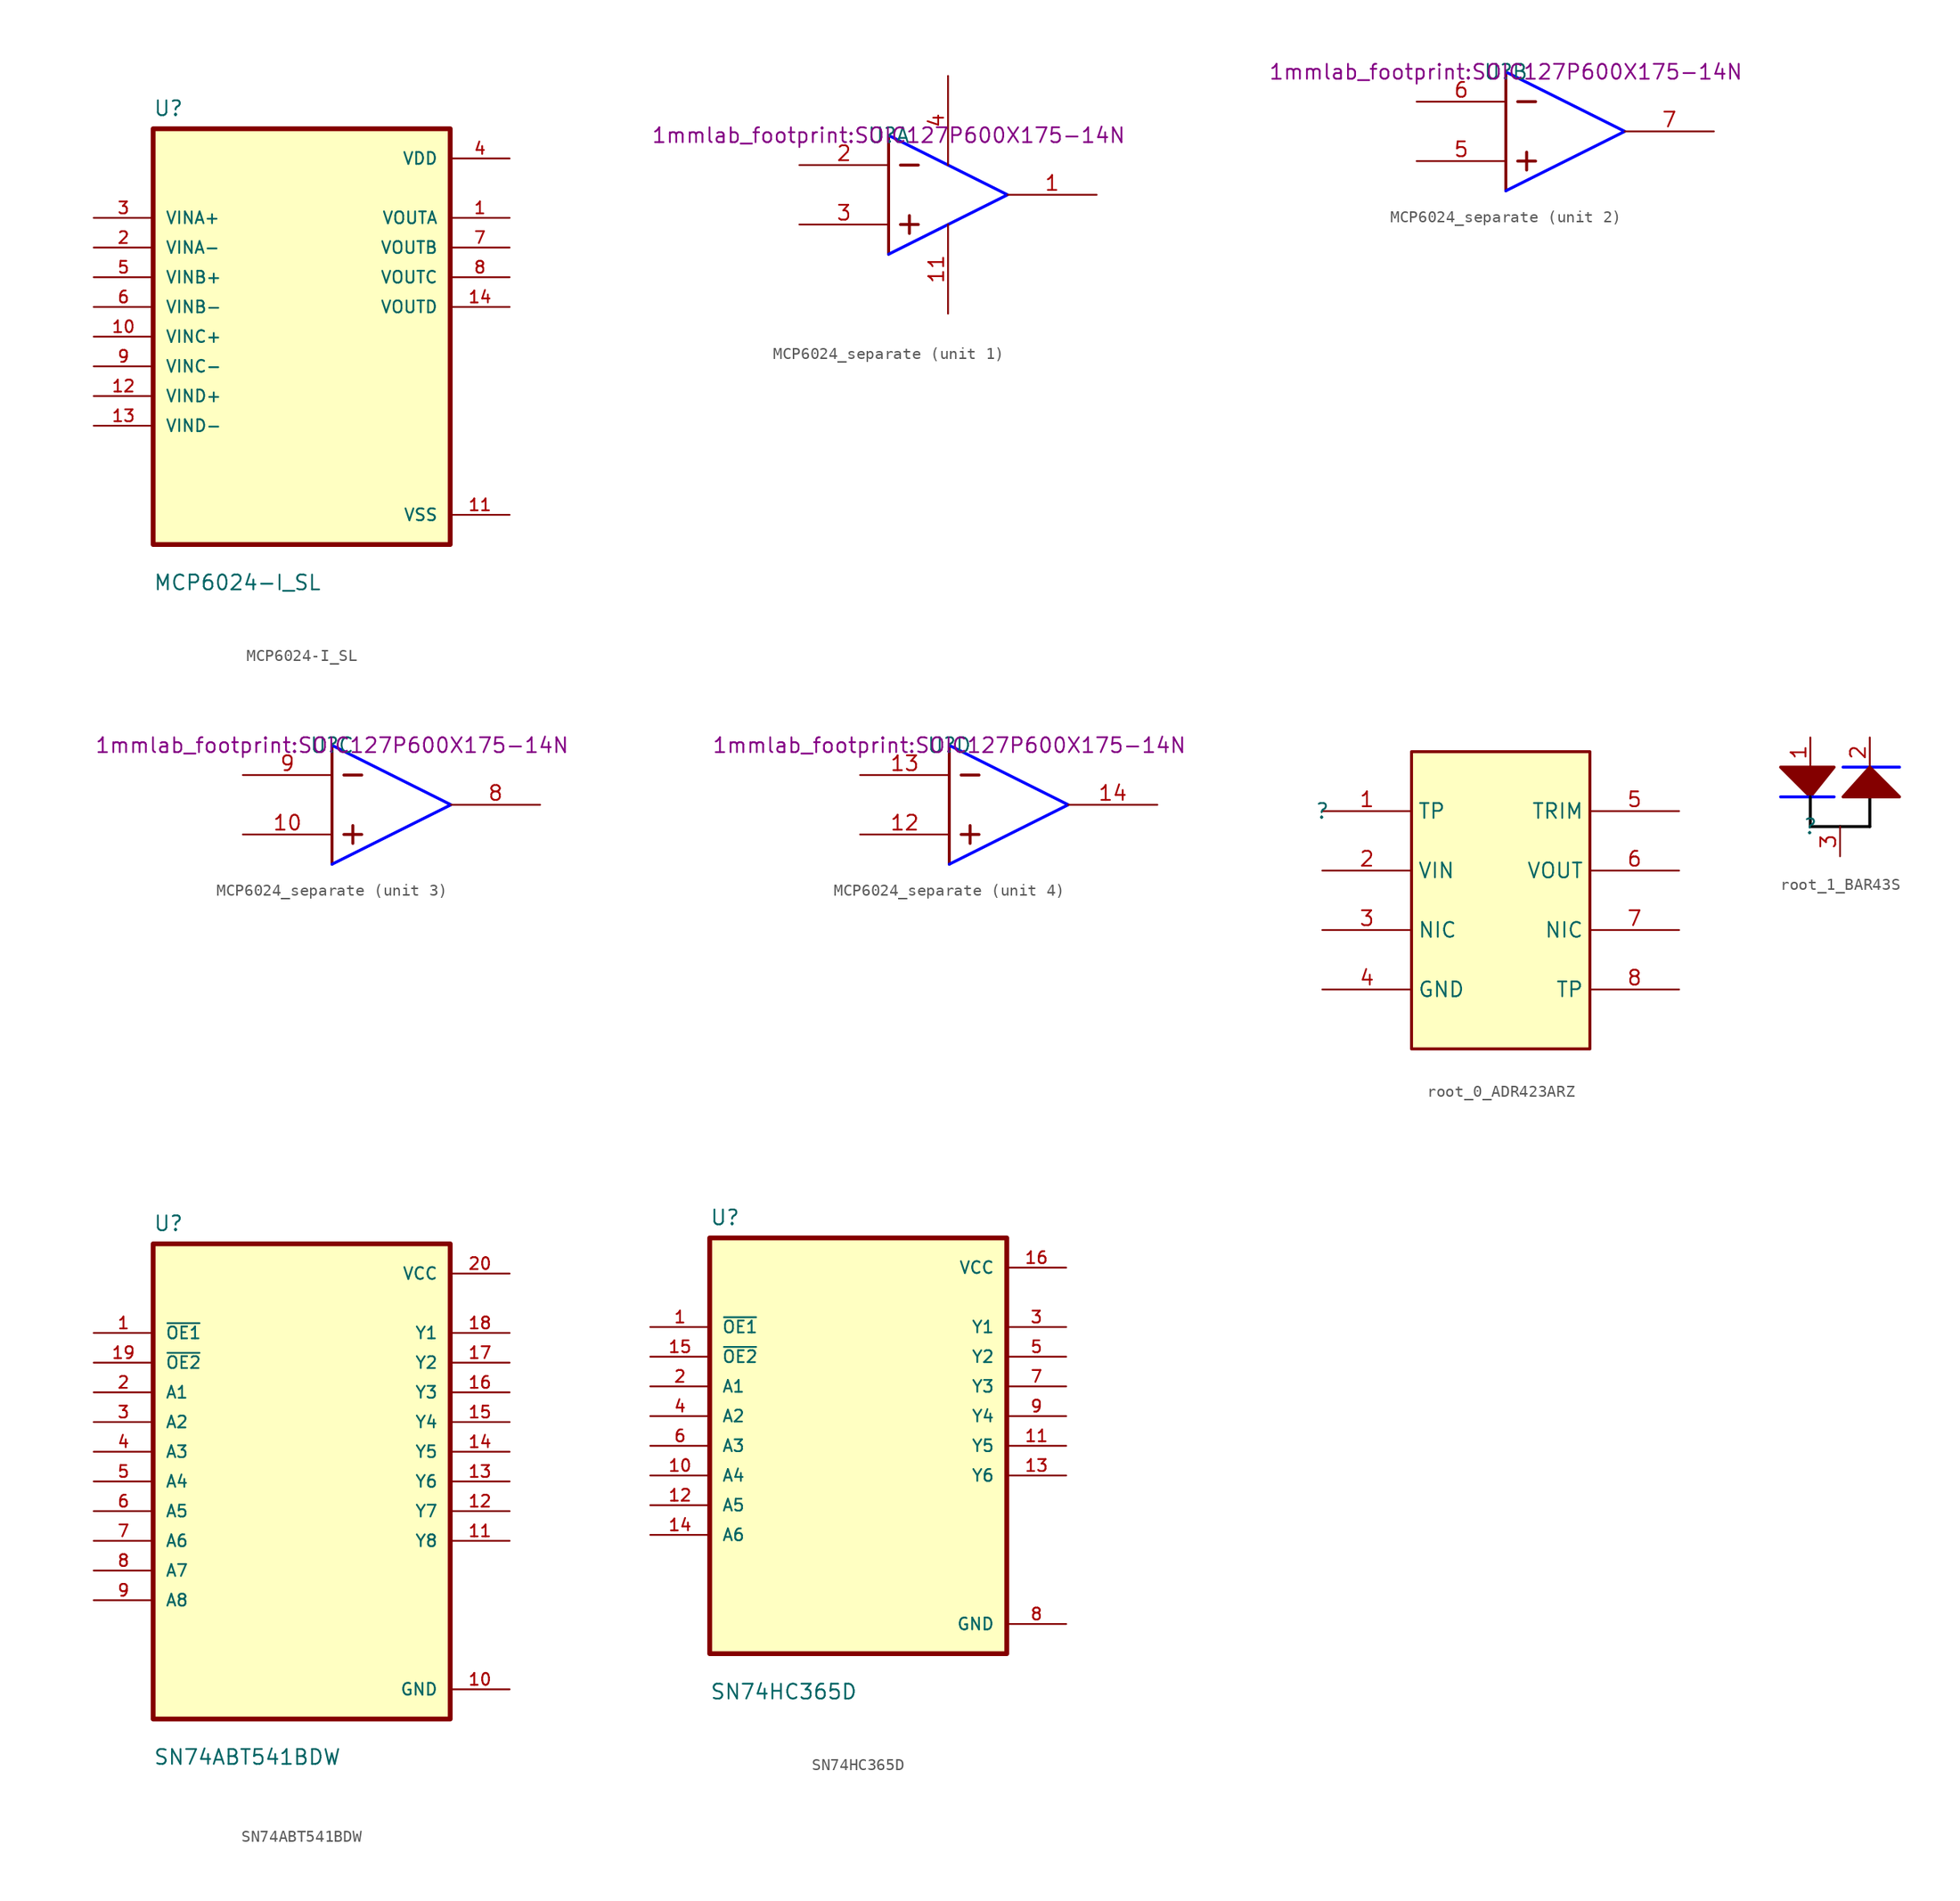
<source format=kicad_sym>
(kicad_symbol_lib
  (version 20220914)
  (generator kicad_symbol_editor)
  (symbol "MCP6024-I_SL"
    (pin_names
      (offset 1.016))
    (property "Reference" "U"
      (at -12.7 18.78 0)
      (effects (font (size 1.27 1.27)) (justify left bottom)))
    (property "Value" "MCP6024-I_SL"
      (at -12.7 -21.78 0)
      (effects (font (size 1.27 1.27)) (justify left bottom)))
    (symbol "MCP6024-I_SL_0_0"
      (rectangle (start -12.7 17.78) (end 12.7 -17.78) (stroke (width 0.41) (type default)) (fill (type background)))
      (pin output line (at 17.78 10.16 180) (length 5.08) (name "VOUTA" (effects (font (size 1.016 1.016)))) (number "1" (effects (font (size 1.016 1.016)))))
      (pin input line (at -17.78 0 0) (length 5.08) (name "VINC+" (effects (font (size 1.016 1.016)))) (number "10" (effects (font (size 1.016 1.016)))))
      (pin power_in line (at 17.78 -15.24 180) (length 5.08) (name "VSS" (effects (font (size 1.016 1.016)))) (number "11" (effects (font (size 1.016 1.016)))))
      (pin input line (at -17.78 -5.08 0) (length 5.08) (name "VIND+" (effects (font (size 1.016 1.016)))) (number "12" (effects (font (size 1.016 1.016)))))
      (pin input line (at -17.78 -7.62 0) (length 5.08) (name "VIND-" (effects (font (size 1.016 1.016)))) (number "13" (effects (font (size 1.016 1.016)))))
      (pin output line (at 17.78 2.54 180) (length 5.08) (name "VOUTD" (effects (font (size 1.016 1.016)))) (number "14" (effects (font (size 1.016 1.016)))))
      (pin input line (at -17.78 7.62 0) (length 5.08) (name "VINA-" (effects (font (size 1.016 1.016)))) (number "2" (effects (font (size 1.016 1.016)))))
      (pin input line (at -17.78 10.16 0) (length 5.08) (name "VINA+" (effects (font (size 1.016 1.016)))) (number "3" (effects (font (size 1.016 1.016)))))
      (pin power_in line (at 17.78 15.24 180) (length 5.08) (name "VDD" (effects (font (size 1.016 1.016)))) (number "4" (effects (font (size 1.016 1.016)))))
      (pin input line (at -17.78 5.08 0) (length 5.08) (name "VINB+" (effects (font (size 1.016 1.016)))) (number "5" (effects (font (size 1.016 1.016)))))
      (pin input line (at -17.78 2.54 0) (length 5.08) (name "VINB-" (effects (font (size 1.016 1.016)))) (number "6" (effects (font (size 1.016 1.016)))))
      (pin output line (at 17.78 7.62 180) (length 5.08) (name "VOUTB" (effects (font (size 1.016 1.016)))) (number "7" (effects (font (size 1.016 1.016)))))
      (pin output line (at 17.78 5.08 180) (length 5.08) (name "VOUTC" (effects (font (size 1.016 1.016)))) (number "8" (effects (font (size 1.016 1.016)))))
      (pin input line (at -17.78 -2.54 0) (length 5.08) (name "VINC-" (effects (font (size 1.016 1.016)))) (number "9" (effects (font (size 1.016 1.016)))))))
  (symbol "MCP6024_separate"
    (property "Reference" "U"
      (at 0 0 0)
      (effects (font (size 1.27 1.27))))
    (property "Value" ""
      (at 0 0 0)
      (effects (font (size 1.27 1.27))))
    (property "Footprint" "1mmlab_footprint:SOIC127P600X175-14N"
      (at 0 0 0)
      (effects (font (size 1.27 1.27))))
    (symbol "MCP6024_separate_1_0"
      (polyline (pts (xy 0 0) (xy 0 -10.16)) (stroke (width 0.254) (type solid)) (fill (type none)))
      (polyline (pts (xy 1.016 -7.62) (xy 2.54 -7.62)) (stroke (width 0.254) (type solid)) (fill (type none)))
      (polyline (pts (xy 1.016 -2.54) (xy 2.54 -2.54)) (stroke (width 0.254) (type solid)) (fill (type none)))
      (polyline (pts (xy 1.778 -6.858) (xy 1.778 -8.382)) (stroke (width 0.254) (type solid)) (fill (type none)))
      (polyline (pts (xy 0 0) (xy 10.16 -5.08) (xy 0 -10.16)) (stroke (width 0.254) (type solid) (color 0 0 255 1)) (fill (type none)))
      (pin passive line (at 17.78 -5.08 180) (length 7.62) (name "" (effects (font (size 0 0)))) (number "1" (effects (font (size 1.27 1.27)))))
      (pin passive line (at 5.08 -15.24 90) (length 7.62) (name "" (effects (font (size 1.27 1.27)))) (number "11" (effects (font (size 1.27 1.27)))))
      (pin passive line (at -7.62 -2.54 0) (length 7.62) (name "" (effects (font (size 0 0)))) (number "2" (effects (font (size 1.27 1.27)))))
      (pin passive line (at -7.62 -7.62 0) (length 7.62) (name "" (effects (font (size 0 0)))) (number "3" (effects (font (size 1.27 1.27)))))
      (pin passive line (at 5.08 5.08 270) (length 7.62) (name "" (effects (font (size 1.27 1.27)))) (number "4" (effects (font (size 1.27 1.27))))))
    (symbol "MCP6024_separate_2_0"
      (polyline (pts (xy 0 0) (xy 0 -10.16)) (stroke (width 0.254) (type solid)) (fill (type none)))
      (polyline (pts (xy 1.016 -7.62) (xy 2.54 -7.62)) (stroke (width 0.254) (type solid)) (fill (type none)))
      (polyline (pts (xy 1.016 -2.54) (xy 2.54 -2.54)) (stroke (width 0.254) (type solid)) (fill (type none)))
      (polyline (pts (xy 1.778 -6.858) (xy 1.778 -8.382)) (stroke (width 0.254) (type solid)) (fill (type none)))
      (polyline (pts (xy 0 0) (xy 10.16 -5.08) (xy 0 -10.16)) (stroke (width 0.254) (type solid) (color 0 0 255 1)) (fill (type none)))
      (pin passive line (at -7.62 -7.62 0) (length 7.62) (name "" (effects (font (size 0 0)))) (number "5" (effects (font (size 1.27 1.27)))))
      (pin passive line (at -7.62 -2.54 0) (length 7.62) (name "" (effects (font (size 0 0)))) (number "6" (effects (font (size 1.27 1.27)))))
      (pin passive line (at 17.78 -5.08 180) (length 7.62) (name "" (effects (font (size 0 0)))) (number "7" (effects (font (size 1.27 1.27))))))
    (symbol "MCP6024_separate_3_0"
      (polyline (pts (xy 0 0) (xy 0 -10.16)) (stroke (width 0.254) (type solid)) (fill (type none)))
      (polyline (pts (xy 1.016 -7.62) (xy 2.54 -7.62)) (stroke (width 0.254) (type solid)) (fill (type none)))
      (polyline (pts (xy 1.016 -2.54) (xy 2.54 -2.54)) (stroke (width 0.254) (type solid)) (fill (type none)))
      (polyline (pts (xy 1.778 -6.858) (xy 1.778 -8.382)) (stroke (width 0.254) (type solid)) (fill (type none)))
      (polyline (pts (xy 0 0) (xy 10.16 -5.08) (xy 0 -10.16)) (stroke (width 0.254) (type solid) (color 0 0 255 1)) (fill (type none)))
      (pin passive line (at -7.62 -7.62 0) (length 7.62) (name "" (effects (font (size 0 0)))) (number "10" (effects (font (size 1.27 1.27)))))
      (pin passive line (at 17.78 -5.08 180) (length 7.62) (name "" (effects (font (size 0 0)))) (number "8" (effects (font (size 1.27 1.27)))))
      (pin passive line (at -7.62 -2.54 0) (length 7.62) (name "" (effects (font (size 0 0)))) (number "9" (effects (font (size 1.27 1.27))))))
    (symbol "MCP6024_separate_4_0"
      (polyline (pts (xy 0 0) (xy 0 -10.16)) (stroke (width 0.254) (type solid)) (fill (type none)))
      (polyline (pts (xy 1.016 -7.62) (xy 2.54 -7.62)) (stroke (width 0.254) (type solid)) (fill (type none)))
      (polyline (pts (xy 1.016 -2.54) (xy 2.54 -2.54)) (stroke (width 0.254) (type solid)) (fill (type none)))
      (polyline (pts (xy 1.778 -6.858) (xy 1.778 -8.382)) (stroke (width 0.254) (type solid)) (fill (type none)))
      (polyline (pts (xy 0 0) (xy 10.16 -5.08) (xy 0 -10.16)) (stroke (width 0.254) (type solid) (color 0 0 255 1)) (fill (type none)))
      (pin passive line (at -7.62 -7.62 0) (length 7.62) (name "" (effects (font (size 0 0)))) (number "12" (effects (font (size 1.27 1.27)))))
      (pin passive line (at -7.62 -2.54 0) (length 7.62) (name "" (effects (font (size 0 0)))) (number "13" (effects (font (size 1.27 1.27)))))
      (pin passive line (at 17.78 -5.08 180) (length 7.62) (name "" (effects (font (size 0 0)))) (number "14" (effects (font (size 1.27 1.27)))))))
  (symbol "root_0_ADR423ARZ"
    (property "Reference" ""
      (at 0 0 0)
      (effects (font (size 1.27 1.27))))
    (property "Value" ""
      (at 0 0 0)
      (effects (font (size 1.27 1.27))))
    (symbol "root_0_ADR423ARZ_1_0"
      (rectangle (start 22.86 5.08) (end 7.62 -20.32) (stroke (width 0.254) (type solid)) (fill (type background)))
      (pin passive line (at 0 0 0) (length 7.62) (name "TP" (effects (font (size 1.27 1.27)))) (number "1" (effects (font (size 1.27 1.27)))))
      (pin passive line (at 0 -5.08 0) (length 7.62) (name "VIN" (effects (font (size 1.27 1.27)))) (number "2" (effects (font (size 1.27 1.27)))))
      (pin passive line (at 0 -10.16 0) (length 7.62) (name "NIC" (effects (font (size 1.27 1.27)))) (number "3" (effects (font (size 1.27 1.27)))))
      (pin passive line (at 0 -15.24 0) (length 7.62) (name "GND" (effects (font (size 1.27 1.27)))) (number "4" (effects (font (size 1.27 1.27)))))
      (pin passive line (at 30.48 0 180) (length 7.62) (name "TRIM" (effects (font (size 1.27 1.27)))) (number "5" (effects (font (size 1.27 1.27)))))
      (pin passive line (at 30.48 -5.08 180) (length 7.62) (name "VOUT" (effects (font (size 1.27 1.27)))) (number "6" (effects (font (size 1.27 1.27)))))
      (pin passive line (at 30.48 -10.16 180) (length 7.62) (name "NIC" (effects (font (size 1.27 1.27)))) (number "7" (effects (font (size 1.27 1.27)))))
      (pin passive line (at 30.48 -15.24 180) (length 7.62) (name "TP" (effects (font (size 1.27 1.27)))) (number "8" (effects (font (size 1.27 1.27)))))))
  (symbol "root_1_BAR43S"
    (property "Reference" ""
      (at 0 0 0)
      (effects (font (size 1.27 1.27))))
    (property "Value" ""
      (at 0 0 0)
      (effects (font (size 1.27 1.27))))
    (symbol "root_1_BAR43S_1_0"
      (polyline (pts (xy 2.032 2.54) (xy -2.54 2.54)) (stroke (width 0.254) (type solid) (color 0 0 255 1)) (fill (type none)))
      (polyline (pts (xy 2.54 0) (xy 5.08 0)) (stroke (width 0.254) (type solid) (color 0 0 0 1)) (fill (type none)))
      (polyline (pts (xy 5.08 2.54) (xy 5.08 0)) (stroke (width 0.254) (type solid) (color 0 0 0 1)) (fill (type none)))
      (polyline (pts (xy 7.62 5.08) (xy 2.794 5.08)) (stroke (width 0.254) (type solid) (color 0 0 255 1)) (fill (type none)))
      (polyline (pts (xy 2.54 0) (xy 0 0) (xy 0 2.54)) (stroke (width 0.254) (type solid) (color 0 0 0 1)) (fill (type none)))
      (polyline (pts (xy -2.54 5.08) (xy 0 2.54) (xy 2.032 5.08) (xy -2.54 5.08)) (stroke (width 0.254) (type solid)) (fill (type outline)))
      (polyline (pts (xy 7.62 2.54) (xy 5.08 5.08) (xy 2.794 2.54) (xy 7.62 2.54)) (stroke (width 0.254) (type solid)) (fill (type outline)))
      (pin passive line (at 0 7.62 270) (length 2.54) (name "" (effects (font (size 0 0)))) (number "1" (effects (font (size 1.27 1.27)))))
      (pin passive line (at 5.08 7.62 270) (length 2.54) (name "" (effects (font (size 0 0)))) (number "2" (effects (font (size 1.27 1.27)))))
      (pin passive line (at 2.54 -2.54 90) (length 2.54) (name "" (effects (font (size 1.27 1.27)))) (number "3" (effects (font (size 1.27 1.27)))))))
  (symbol "SN74ABT541BDW"
    (pin_names
      (offset 1.016))
    (property "Reference" "U"
      (at -12.7 21.32 0)
      (effects (font (size 1.27 1.27)) (justify left bottom)))
    (property "Value" "SN74ABT541BDW"
      (at -12.7 -24.32 0)
      (effects (font (size 1.27 1.27)) (justify left bottom)))
    (symbol "SN74ABT541BDW_0_0"
      (rectangle (start -12.7 -20.32) (end 12.7 20.32) (stroke (width 0.41) (type default)) (fill (type background)))
      (pin input line (at -17.78 12.7 0) (length 5.08) (name "~{OE1}" (effects (font (size 1.016 1.016)))) (number "1" (effects (font (size 1.016 1.016)))))
      (pin power_in line (at 17.78 -17.78 180) (length 5.08) (name "GND" (effects (font (size 1.016 1.016)))) (number "10" (effects (font (size 1.016 1.016)))))
      (pin output line (at 17.78 -5.08 180) (length 5.08) (name "Y8" (effects (font (size 1.016 1.016)))) (number "11" (effects (font (size 1.016 1.016)))))
      (pin output line (at 17.78 -2.54 180) (length 5.08) (name "Y7" (effects (font (size 1.016 1.016)))) (number "12" (effects (font (size 1.016 1.016)))))
      (pin output line (at 17.78 0 180) (length 5.08) (name "Y6" (effects (font (size 1.016 1.016)))) (number "13" (effects (font (size 1.016 1.016)))))
      (pin output line (at 17.78 2.54 180) (length 5.08) (name "Y5" (effects (font (size 1.016 1.016)))) (number "14" (effects (font (size 1.016 1.016)))))
      (pin output line (at 17.78 5.08 180) (length 5.08) (name "Y4" (effects (font (size 1.016 1.016)))) (number "15" (effects (font (size 1.016 1.016)))))
      (pin output line (at 17.78 7.62 180) (length 5.08) (name "Y3" (effects (font (size 1.016 1.016)))) (number "16" (effects (font (size 1.016 1.016)))))
      (pin output line (at 17.78 10.16 180) (length 5.08) (name "Y2" (effects (font (size 1.016 1.016)))) (number "17" (effects (font (size 1.016 1.016)))))
      (pin output line (at 17.78 12.7 180) (length 5.08) (name "Y1" (effects (font (size 1.016 1.016)))) (number "18" (effects (font (size 1.016 1.016)))))
      (pin input line (at -17.78 10.16 0) (length 5.08) (name "~{OE2}" (effects (font (size 1.016 1.016)))) (number "19" (effects (font (size 1.016 1.016)))))
      (pin input line (at -17.78 7.62 0) (length 5.08) (name "A1" (effects (font (size 1.016 1.016)))) (number "2" (effects (font (size 1.016 1.016)))))
      (pin power_in line (at 17.78 17.78 180) (length 5.08) (name "VCC" (effects (font (size 1.016 1.016)))) (number "20" (effects (font (size 1.016 1.016)))))
      (pin input line (at -17.78 5.08 0) (length 5.08) (name "A2" (effects (font (size 1.016 1.016)))) (number "3" (effects (font (size 1.016 1.016)))))
      (pin input line (at -17.78 2.54 0) (length 5.08) (name "A3" (effects (font (size 1.016 1.016)))) (number "4" (effects (font (size 1.016 1.016)))))
      (pin input line (at -17.78 0 0) (length 5.08) (name "A4" (effects (font (size 1.016 1.016)))) (number "5" (effects (font (size 1.016 1.016)))))
      (pin input line (at -17.78 -2.54 0) (length 5.08) (name "A5" (effects (font (size 1.016 1.016)))) (number "6" (effects (font (size 1.016 1.016)))))
      (pin input line (at -17.78 -5.08 0) (length 5.08) (name "A6" (effects (font (size 1.016 1.016)))) (number "7" (effects (font (size 1.016 1.016)))))
      (pin input line (at -17.78 -7.62 0) (length 5.08) (name "A7" (effects (font (size 1.016 1.016)))) (number "8" (effects (font (size 1.016 1.016)))))
      (pin input line (at -17.78 -10.16 0) (length 5.08) (name "A8" (effects (font (size 1.016 1.016)))) (number "9" (effects (font (size 1.016 1.016)))))))
  (symbol "SN74HC365D"
    (pin_names
      (offset 1.016))
    (property "Reference" "U"
      (at -12.7 18.78 0)
      (effects (font (size 1.27 1.27)) (justify left bottom)))
    (property "Value" "SN74HC365D"
      (at -12.7 -21.78 0)
      (effects (font (size 1.27 1.27)) (justify left bottom)))
    (symbol "SN74HC365D_0_0"
      (rectangle (start -12.7 -17.78) (end 12.7 17.78) (stroke (width 0.41) (type default)) (fill (type background)))
      (pin input line (at -17.78 10.16 0) (length 5.08) (name "~{OE1}" (effects (font (size 1.016 1.016)))) (number "1" (effects (font (size 1.016 1.016)))))
      (pin input line (at -17.78 -2.54 0) (length 5.08) (name "A4" (effects (font (size 1.016 1.016)))) (number "10" (effects (font (size 1.016 1.016)))))
      (pin output line (at 17.78 0 180) (length 5.08) (name "Y5" (effects (font (size 1.016 1.016)))) (number "11" (effects (font (size 1.016 1.016)))))
      (pin input line (at -17.78 -5.08 0) (length 5.08) (name "A5" (effects (font (size 1.016 1.016)))) (number "12" (effects (font (size 1.016 1.016)))))
      (pin output line (at 17.78 -2.54 180) (length 5.08) (name "Y6" (effects (font (size 1.016 1.016)))) (number "13" (effects (font (size 1.016 1.016)))))
      (pin input line (at -17.78 -7.62 0) (length 5.08) (name "A6" (effects (font (size 1.016 1.016)))) (number "14" (effects (font (size 1.016 1.016)))))
      (pin input line (at -17.78 7.62 0) (length 5.08) (name "~{OE2}" (effects (font (size 1.016 1.016)))) (number "15" (effects (font (size 1.016 1.016)))))
      (pin power_in line (at 17.78 15.24 180) (length 5.08) (name "VCC" (effects (font (size 1.016 1.016)))) (number "16" (effects (font (size 1.016 1.016)))))
      (pin input line (at -17.78 5.08 0) (length 5.08) (name "A1" (effects (font (size 1.016 1.016)))) (number "2" (effects (font (size 1.016 1.016)))))
      (pin output line (at 17.78 10.16 180) (length 5.08) (name "Y1" (effects (font (size 1.016 1.016)))) (number "3" (effects (font (size 1.016 1.016)))))
      (pin input line (at -17.78 2.54 0) (length 5.08) (name "A2" (effects (font (size 1.016 1.016)))) (number "4" (effects (font (size 1.016 1.016)))))
      (pin output line (at 17.78 7.62 180) (length 5.08) (name "Y2" (effects (font (size 1.016 1.016)))) (number "5" (effects (font (size 1.016 1.016)))))
      (pin input line (at -17.78 0 0) (length 5.08) (name "A3" (effects (font (size 1.016 1.016)))) (number "6" (effects (font (size 1.016 1.016)))))
      (pin output line (at 17.78 5.08 180) (length 5.08) (name "Y3" (effects (font (size 1.016 1.016)))) (number "7" (effects (font (size 1.016 1.016)))))
      (pin power_in line (at 17.78 -15.24 180) (length 5.08) (name "GND" (effects (font (size 1.016 1.016)))) (number "8" (effects (font (size 1.016 1.016)))))
      (pin output line (at 17.78 2.54 180) (length 5.08) (name "Y4" (effects (font (size 1.016 1.016)))) (number "9" (effects (font (size 1.016 1.016))))))))
</source>
